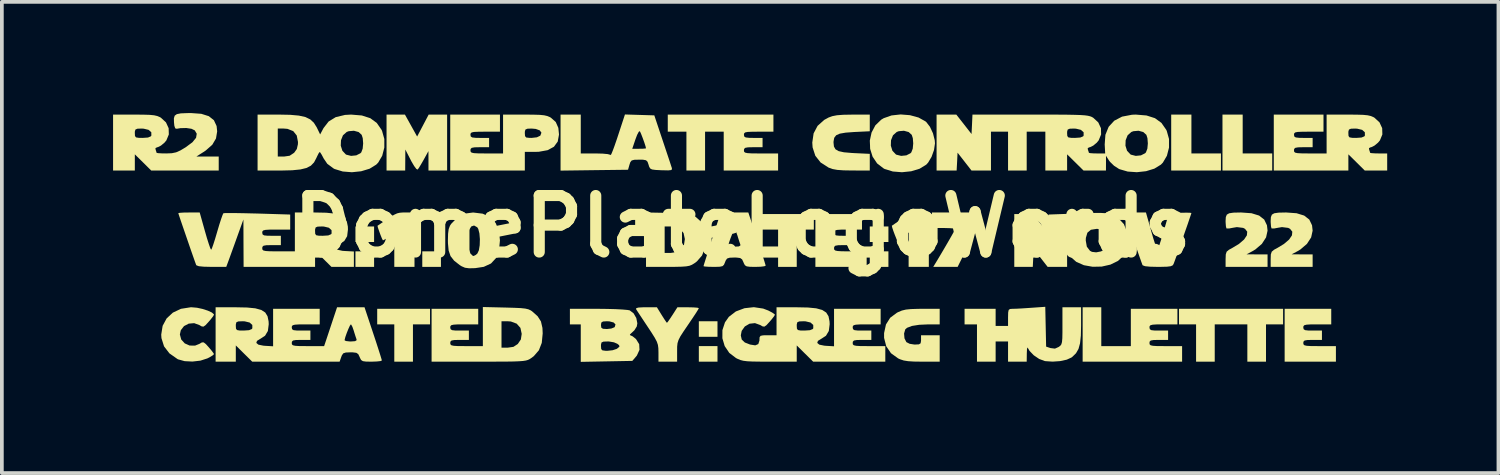
<source format=kicad_pcb>
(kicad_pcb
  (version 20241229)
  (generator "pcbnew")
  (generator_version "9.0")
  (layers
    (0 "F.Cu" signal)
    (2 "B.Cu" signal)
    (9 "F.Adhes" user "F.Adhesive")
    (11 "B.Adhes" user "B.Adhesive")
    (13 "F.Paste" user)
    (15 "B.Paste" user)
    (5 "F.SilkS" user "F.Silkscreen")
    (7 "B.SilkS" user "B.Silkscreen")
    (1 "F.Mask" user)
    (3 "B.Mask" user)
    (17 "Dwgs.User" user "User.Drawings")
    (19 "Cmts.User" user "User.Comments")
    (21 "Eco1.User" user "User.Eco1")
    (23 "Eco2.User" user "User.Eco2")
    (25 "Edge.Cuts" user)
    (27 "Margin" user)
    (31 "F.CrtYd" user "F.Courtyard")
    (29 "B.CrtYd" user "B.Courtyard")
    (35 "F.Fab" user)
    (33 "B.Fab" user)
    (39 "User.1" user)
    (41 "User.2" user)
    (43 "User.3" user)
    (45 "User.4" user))
  (footprint "DomePlateLogoWords"
    (layer "F.Cu")
    (at 16.975 3.059)
    (property "Reference" "DomePlateLogoWords" (at 0 0 0) (layer "F.SilkS") (effects (font (size 1.524 1.524) (thickness 0.3))))
    (attr board_only exclude_from_pos_files exclude_from_bom)
    (fp_poly (pts (xy -9.934 0.419) (xy -10.437 0.419) (xy -10.437 0) (xy -9.934 0)) (stroke (width 0) (type solid)) (fill yes) (layer "F.SilkS"))
    (fp_poly (pts (xy -9.934 1.09) (xy -10.437 1.09) (xy -10.437 0.671) (xy -9.934 0.671)) (stroke (width 0) (type solid)) (fill yes) (layer "F.SilkS"))
    (fp_poly (pts (xy -8.131 1.09) (xy -8.634 1.09) (xy -8.634 0.671) (xy -8.131 0.671)) (stroke (width 0) (type solid)) (fill yes) (layer "F.SilkS"))
    (fp_poly (pts (xy -0.671 2.976) (xy -1.174 2.976) (xy -1.174 2.557) (xy -0.671 2.557)) (stroke (width 0) (type solid)) (fill yes) (layer "F.SilkS"))
    (fp_poly (pts (xy -0.671 3.647) (xy -1.174 3.647) (xy -1.174 3.227) (xy -0.671 3.227)) (stroke (width 0) (type solid)) (fill yes) (layer "F.SilkS"))
    (fp_poly (pts (xy 3.94 0.419) (xy 3.437 0.419) (xy 3.437 0) (xy 3.94 0)) (stroke (width 0) (type solid)) (fill yes) (layer "F.SilkS"))
    (fp_poly (pts (xy 3.94 1.09) (xy 3.437 1.09) (xy 3.437 0.671) (xy 3.94 0.671)) (stroke (width 0) (type solid)) (fill yes) (layer "F.SilkS"))
    (fp_poly (pts (xy 12.113 -1.97) (xy 12.91 -1.97) (xy 12.91 -1.509) (xy 11.568 -1.509) (xy 11.568 -3.018) (xy 12.113 -3.018)) (stroke (width 0) (type solid)) (fill yes) (layer "F.SilkS"))
    (fp_poly (pts (xy 13.496 -1.97) (xy 14.293 -1.97) (xy 14.293 -1.509) (xy 12.951 -1.509) (xy 12.951 -3.018) (xy 13.496 -3.018)) (stroke (width 0) (type solid)) (fill yes) (layer "F.SilkS"))
    (fp_poly (pts (xy -8.425 2.641) (xy -8.886 2.641) (xy -8.886 3.647) (xy -9.389 3.647) (xy -9.389 2.641) (xy -9.85 2.641) (xy -9.85 2.221) (xy -8.425 2.221)) (stroke (width 0) (type solid)) (fill yes) (layer "F.SilkS"))
    (fp_poly (pts (xy 1.928 0.084) (xy 1.467 0.084) (xy 1.467 1.09) (xy 0.964 1.09) (xy 0.964 0.084) (xy 0.503 0.084) (xy 0.503 -0.335) (xy 1.928 -0.335)) (stroke (width 0) (type solid)) (fill yes) (layer "F.SilkS"))
    (fp_poly (pts (xy 14.586 2.641) (xy 14.125 2.641) (xy 14.125 3.647) (xy 13.622 3.647) (xy 13.622 2.641) (xy 12.742 2.641) (xy 12.742 3.647) (xy 12.239 3.647) (xy 12.239 2.641) (xy 11.778 2.641) (xy 11.778 2.221) (xy 14.586 2.221)) (stroke (width 0) (type solid)) (fill yes) (layer "F.SilkS"))
    (fp_poly (pts (xy -8.844 1.09) (xy -9.389 1.09) (xy -9.389 0.163) (xy -9.537 0.276) (xy -9.628 0.341) (xy -9.687 0.372) (xy -9.697 0.373) (xy -9.723 0.322) (xy -9.761 0.228) (xy -9.8 0.121) (xy -9.831 0.03) (xy -9.842 -0.018) (xy -9.841 -0.019) (xy -9.643 -0.156) (xy -9.498 -0.253) (xy -9.392 -0.317) (xy -9.311 -0.354) (xy -9.238 -0.371) (xy -9.16 -0.377) (xy -9.083 -0.377) (xy -8.844 -0.377)) (stroke (width 0) (type solid)) (fill yes) (layer "F.SilkS"))
    (fp_poly (pts (xy -8.773 -2.426) (xy -8.462 -3.018) (xy -7.964 -3.018) (xy -7.964 -1.509) (xy -8.467 -1.509) (xy -8.467 -1.771) (xy -8.468 -2.033) (xy -8.595 -1.802) (xy -8.668 -1.675) (xy -8.728 -1.577) (xy -8.759 -1.535) (xy -8.794 -1.551) (xy -8.854 -1.631) (xy -8.929 -1.759) (xy -8.943 -1.787) (xy -9.091 -2.075) (xy -9.093 -1.792) (xy -9.095 -1.509) (xy -9.598 -1.509) (xy -9.598 -3.018) (xy -9.102 -3.018)) (stroke (width 0) (type solid)) (fill yes) (layer "F.SilkS"))
    (fp_poly (pts (xy 5.03 1.09) (xy 4.485 1.09) (xy 4.485 0.163) (xy 4.337 0.276) (xy 4.246 0.341) (xy 4.186 0.372) (xy 4.176 0.373) (xy 4.151 0.322) (xy 4.113 0.228) (xy 4.073 0.121) (xy 4.043 0.03) (xy 4.032 -0.018) (xy 4.032 -0.019) (xy 4.231 -0.156) (xy 4.376 -0.253) (xy 4.481 -0.317) (xy 4.563 -0.354) (xy 4.635 -0.371) (xy 4.714 -0.377) (xy 4.791 -0.377) (xy 5.03 -0.377)) (stroke (width 0) (type solid)) (fill yes) (layer "F.SilkS"))
    (fp_poly (pts (xy 6.329 -0.168) (xy 6.323 -0.067) (xy 6.299 0.041) (xy 6.252 0.171) (xy 6.177 0.341) (xy 6.068 0.565) (xy 5.807 1.09) (xy 5.149 1.09) (xy 5.232 0.954) (xy 5.338 0.777) (xy 5.447 0.592) (xy 5.55 0.415) (xy 5.639 0.26) (xy 5.705 0.142) (xy 5.739 0.075) (xy 5.742 0.066) (xy 5.704 0.054) (xy 5.602 0.046) (xy 5.457 0.042) (xy 5.428 0.042) (xy 5.114 0.042) (xy 5.114 -0.377) (xy 6.329 -0.377)) (stroke (width 0) (type solid)) (fill yes) (layer "F.SilkS"))
    (fp_poly (pts (xy 3.227 0.084) (xy 2.85 0.084) (xy 2.671 0.085) (xy 2.56 0.092) (xy 2.5 0.107) (xy 2.477 0.135) (xy 2.473 0.168) (xy 2.482 0.214) (xy 2.522 0.24) (xy 2.613 0.25) (xy 2.724 0.251) (xy 2.976 0.251) (xy 2.976 0.503) (xy 2.724 0.503) (xy 2.584 0.506) (xy 2.508 0.519) (xy 2.478 0.55) (xy 2.473 0.587) (xy 2.478 0.624) (xy 2.505 0.648) (xy 2.567 0.662) (xy 2.68 0.669) (xy 2.858 0.671) (xy 2.913 0.671) (xy 3.353 0.671) (xy 3.353 1.09) (xy 1.97 1.09) (xy 1.97 -0.335) (xy 3.227 -0.335)) (stroke (width 0) (type solid)) (fill yes) (layer "F.SilkS"))
    (fp_poly (pts (xy 15.885 2.641) (xy 15.508 2.641) (xy 15.329 2.642) (xy 15.218 2.649) (xy 15.158 2.664) (xy 15.135 2.691) (xy 15.131 2.724) (xy 15.14 2.771) (xy 15.181 2.797) (xy 15.271 2.807) (xy 15.383 2.808) (xy 15.634 2.808) (xy 15.634 3.06) (xy 15.383 3.06) (xy 15.242 3.063) (xy 15.166 3.076) (xy 15.136 3.106) (xy 15.131 3.144) (xy 15.137 3.181) (xy 15.163 3.205) (xy 15.225 3.219) (xy 15.338 3.226) (xy 15.516 3.227) (xy 15.571 3.227) (xy 16.011 3.227) (xy 16.011 3.647) (xy 14.628 3.647) (xy 14.628 2.221) (xy 15.885 2.221)) (stroke (width 0) (type solid)) (fill yes) (layer "F.SilkS"))
    (fp_poly (pts (xy 9.682 3.227) (xy 10.479 3.227) (xy 10.479 2.221) (xy 11.736 2.221) (xy 11.736 2.641) (xy 11.359 2.641) (xy 11.18 2.642) (xy 11.068 2.649) (xy 11.009 2.664) (xy 10.985 2.691) (xy 10.982 2.724) (xy 10.991 2.771) (xy 11.031 2.797) (xy 11.122 2.807) (xy 11.233 2.808) (xy 11.484 2.808) (xy 11.484 3.06) (xy 11.233 3.06) (xy 11.093 3.063) (xy 11.017 3.076) (xy 10.986 3.106) (xy 10.982 3.144) (xy 10.987 3.181) (xy 11.013 3.205) (xy 11.076 3.219) (xy 11.188 3.226) (xy 11.366 3.227) (xy 11.422 3.227) (xy 11.862 3.227) (xy 11.862 3.647) (xy 9.179 3.647) (xy 9.179 2.18) (xy 9.682 2.18)) (stroke (width 0) (type solid)) (fill yes) (layer "F.SilkS"))
    (fp_poly (pts (xy 0.838 -2.557) (xy 0.44 -2.557) (xy 0.255 -2.555) (xy 0.138 -2.55) (xy 0.074 -2.536) (xy 0.047 -2.51) (xy 0.042 -2.473) (xy 0.051 -2.426) (xy 0.091 -2.401) (xy 0.182 -2.391) (xy 0.293 -2.389) (xy 0.545 -2.389) (xy 0.545 -2.138) (xy 0.293 -2.138) (xy 0.153 -2.135) (xy 0.077 -2.121) (xy 0.047 -2.091) (xy 0.042 -2.054) (xy 0.047 -2.017) (xy 0.073 -1.993) (xy 0.133 -1.979) (xy 0.243 -1.972) (xy 0.416 -1.97) (xy 0.503 -1.97) (xy 0.964 -1.97) (xy 0.964 -1.509) (xy -0.503 -1.509) (xy -0.503 -2.557) (xy -1.006 -2.557) (xy -1.006 -1.509) (xy -1.509 -1.509) (xy -1.509 -2.557) (xy -2.012 -2.557) (xy -2.012 -3.018) (xy 0.838 -3.018)) (stroke (width 0) (type solid)) (fill yes) (layer "F.SilkS"))
    (fp_poly (pts (xy 3.437 -2.568) (xy 3.015 -2.548) (xy 2.786 -2.531) (xy 2.629 -2.504) (xy 2.53 -2.46) (xy 2.478 -2.392) (xy 2.46 -2.295) (xy 2.459 -2.263) (xy 2.47 -2.157) (xy 2.512 -2.082) (xy 2.598 -2.032) (xy 2.739 -2.001) (xy 2.947 -1.983) (xy 3.015 -1.979) (xy 3.437 -1.959) (xy 3.437 -1.509) (xy 2.965 -1.51) (xy 2.731 -1.514) (xy 2.561 -1.526) (xy 2.434 -1.549) (xy 2.331 -1.586) (xy 2.326 -1.588) (xy 2.111 -1.726) (xy 1.968 -1.907) (xy 1.895 -2.132) (xy 1.886 -2.263) (xy 1.922 -2.511) (xy 2.029 -2.714) (xy 2.207 -2.874) (xy 2.326 -2.939) (xy 2.428 -2.976) (xy 2.553 -3) (xy 2.721 -3.013) (xy 2.951 -3.017) (xy 2.965 -3.017) (xy 3.437 -3.018)) (stroke (width 0) (type solid)) (fill yes) (layer "F.SilkS"))
    (fp_poly (pts (xy 13.734 -0.357) (xy 13.939 -0.294) (xy 14.077 -0.186) (xy 14.151 -0.032) (xy 14.167 0.113) (xy 14.127 0.295) (xy 14.014 0.469) (xy 13.839 0.619) (xy 13.752 0.671) (xy 13.601 0.751) (xy 13.884 0.753) (xy 14.167 0.754) (xy 14.167 1.09) (xy 13.035 1.09) (xy 13.035 0.881) (xy 13.04 0.754) (xy 13.064 0.68) (xy 13.126 0.628) (xy 13.197 0.59) (xy 13.394 0.472) (xy 13.533 0.353) (xy 13.609 0.24) (xy 13.619 0.141) (xy 13.559 0.064) (xy 13.508 0.038) (xy 13.339 0.017) (xy 13.237 0.034) (xy 13.132 0.054) (xy 13.065 0.054) (xy 13.058 0.051) (xy 13.044 -0.002) (xy 13.036 -0.106) (xy 13.035 -0.149) (xy 13.041 -0.252) (xy 13.068 -0.319) (xy 13.132 -0.356) (xy 13.247 -0.373) (xy 13.429 -0.377) (xy 13.459 -0.377)) (stroke (width 0) (type solid)) (fill yes) (layer "F.SilkS"))
    (fp_poly (pts (xy 14.95 -0.357) (xy 15.155 -0.294) (xy 15.293 -0.186) (xy 15.367 -0.032) (xy 15.383 0.113) (xy 15.343 0.295) (xy 15.23 0.469) (xy 15.055 0.619) (xy 14.968 0.671) (xy 14.817 0.751) (xy 15.1 0.753) (xy 15.383 0.754) (xy 15.383 1.09) (xy 14.251 1.09) (xy 14.251 0.881) (xy 14.255 0.754) (xy 14.28 0.68) (xy 14.342 0.628) (xy 14.413 0.59) (xy 14.609 0.472) (xy 14.748 0.353) (xy 14.825 0.24) (xy 14.835 0.141) (xy 14.774 0.064) (xy 14.723 0.038) (xy 14.555 0.017) (xy 14.453 0.034) (xy 14.347 0.054) (xy 14.28 0.054) (xy 14.274 0.051) (xy 14.26 -0.002) (xy 14.252 -0.106) (xy 14.251 -0.149) (xy 14.257 -0.252) (xy 14.284 -0.319) (xy 14.347 -0.356) (xy 14.462 -0.373) (xy 14.644 -0.377) (xy 14.675 -0.377)) (stroke (width 0) (type solid)) (fill yes) (layer "F.SilkS"))
    (fp_poly (pts (xy 5.323 2.641) (xy 5.019 2.641) (xy 4.771 2.652) (xy 4.575 2.683) (xy 4.443 2.733) (xy 4.394 2.776) (xy 4.362 2.888) (xy 4.373 3.018) (xy 4.424 3.119) (xy 4.425 3.12) (xy 4.513 3.165) (xy 4.64 3.185) (xy 4.655 3.185) (xy 4.762 3.18) (xy 4.808 3.152) (xy 4.82 3.083) (xy 4.82 3.06) (xy 4.82 2.934) (xy 5.323 2.934) (xy 5.323 3.647) (xy 4.852 3.647) (xy 4.63 3.644) (xy 4.471 3.634) (xy 4.353 3.615) (xy 4.255 3.583) (xy 4.201 3.558) (xy 4.009 3.419) (xy 3.881 3.231) (xy 3.823 3.006) (xy 3.823 2.876) (xy 3.874 2.643) (xy 3.988 2.462) (xy 4.171 2.326) (xy 4.205 2.309) (xy 4.303 2.268) (xy 4.41 2.242) (xy 4.549 2.228) (xy 4.739 2.222) (xy 4.854 2.221) (xy 5.323 2.221)) (stroke (width 0) (type solid)) (fill yes) (layer "F.SilkS"))
    (fp_poly (pts (xy -2.141 -0.369) (xy -1.868 -0.364) (xy -1.667 -0.357) (xy -1.523 -0.348) (xy -1.422 -0.334) (xy -1.353 -0.315) (xy -1.3 -0.289) (xy -1.273 -0.27) (xy -1.122 -0.136) (xy -1.032 0.005) (xy -0.992 0.179) (xy -0.985 0.328) (xy -1.01 0.583) (xy -1.088 0.783) (xy -1.226 0.942) (xy -1.297 0.995) (xy -1.36 1.033) (xy -1.427 1.06) (xy -1.515 1.076) (xy -1.64 1.085) (xy -1.819 1.089) (xy -2.018 1.09) (xy -2.599 1.09) (xy -2.599 0.713) (xy -2.096 0.713) (xy -1.926 0.713) (xy -1.774 0.69) (xy -1.658 0.614) (xy -1.654 0.61) (xy -1.574 0.491) (xy -1.551 0.34) (xy -1.586 0.178) (xy -1.686 0.065) (xy -1.844 0.007) (xy -1.934 0) (xy -2.096 0) (xy -2.096 0.713) (xy -2.599 0.713) (xy -2.599 0.042) (xy -2.892 0.042) (xy -2.892 -0.383)) (stroke (width 0) (type solid)) (fill yes) (layer "F.SilkS"))
    (fp_poly (pts (xy -2.176 2.389) (xy -2.105 2.501) (xy -2.053 2.577) (xy -2.034 2.599) (xy -2.006 2.566) (xy -1.948 2.483) (xy -1.886 2.389) (xy -1.752 2.18) (xy -1.463 2.18) (xy -1.319 2.183) (xy -1.216 2.191) (xy -1.174 2.203) (xy -1.174 2.204) (xy -1.196 2.246) (xy -1.257 2.343) (xy -1.348 2.48) (xy -1.459 2.644) (xy -1.467 2.656) (xy -1.589 2.835) (xy -1.672 2.964) (xy -1.722 3.062) (xy -1.749 3.148) (xy -1.759 3.24) (xy -1.76 3.358) (xy -1.76 3.365) (xy -1.76 3.647) (xy -2.263 3.647) (xy -2.263 3.394) (xy -2.266 3.284) (xy -2.278 3.194) (xy -2.308 3.105) (xy -2.364 3) (xy -2.453 2.858) (xy -2.549 2.713) (xy -2.662 2.543) (xy -2.759 2.396) (xy -2.831 2.287) (xy -2.866 2.232) (xy -2.866 2.232) (xy -2.863 2.204) (xy -2.803 2.187) (xy -2.676 2.18) (xy -2.601 2.18) (xy -2.305 2.18)) (stroke (width 0) (type solid)) (fill yes) (layer "F.SilkS"))
    (fp_poly (pts (xy -7.004 -0.345) (xy -6.8 -0.249) (xy -6.654 -0.093) (xy -6.566 0.122) (xy -6.539 0.375) (xy -6.565 0.645) (xy -6.644 0.852) (xy -6.781 0.999) (xy -6.976 1.089) (xy -7.208 1.124) (xy -7.371 1.128) (xy -7.482 1.113) (xy -7.574 1.073) (xy -7.625 1.041) (xy -7.776 0.922) (xy -7.872 0.799) (xy -7.923 0.649) (xy -7.942 0.449) (xy -7.942 0.421) (xy -7.408 0.421) (xy -7.408 0.426) (xy -7.382 0.605) (xy -7.334 0.732) (xy -7.27 0.793) (xy -7.249 0.796) (xy -7.195 0.77) (xy -7.149 0.731) (xy -7.108 0.644) (xy -7.085 0.505) (xy -7.08 0.343) (xy -7.093 0.187) (xy -7.124 0.066) (xy -7.151 0.022) (xy -7.237 -0.026) (xy -7.311 -0.001) (xy -7.369 0.089) (xy -7.403 0.232) (xy -7.408 0.421) (xy -7.942 0.421) (xy -7.943 0.377) (xy -7.938 0.194) (xy -7.922 0.071) (xy -7.888 -0.019) (xy -7.855 -0.07) (xy -7.683 -0.247) (xy -7.481 -0.348) (xy -7.262 -0.377)) (stroke (width 0) (type solid)) (fill yes) (layer "F.SilkS"))
    (fp_poly (pts (xy -14.712 2.192) (xy -14.56 2.225) (xy -14.418 2.271) (xy -14.309 2.322) (xy -14.255 2.37) (xy -14.253 2.382) (xy -14.279 2.427) (xy -14.345 2.511) (xy -14.396 2.57) (xy -14.481 2.663) (xy -14.537 2.702) (xy -14.587 2.695) (xy -14.646 2.66) (xy -14.788 2.608) (xy -14.934 2.621) (xy -15.061 2.687) (xy -15.147 2.797) (xy -15.173 2.913) (xy -15.136 3.05) (xy -15.041 3.154) (xy -14.91 3.212) (xy -14.763 3.214) (xy -14.646 3.167) (xy -14.58 3.128) (xy -14.53 3.127) (xy -14.472 3.172) (xy -14.396 3.256) (xy -14.315 3.352) (xy -14.263 3.423) (xy -14.253 3.444) (xy -14.286 3.476) (xy -14.372 3.529) (xy -14.432 3.559) (xy -14.618 3.619) (xy -14.833 3.644) (xy -15.045 3.633) (xy -15.219 3.585) (xy -15.236 3.577) (xy -15.455 3.423) (xy -15.6 3.234) (xy -15.67 3.012) (xy -15.676 2.917) (xy -15.638 2.68) (xy -15.53 2.48) (xy -15.362 2.324) (xy -15.144 2.221) (xy -14.883 2.18) (xy -14.853 2.18)) (stroke (width 0) (type solid)) (fill yes) (layer "F.SilkS"))
    (fp_poly (pts (xy 4.52 -3.002) (xy 4.752 -2.939) (xy 4.939 -2.835) (xy 4.961 -2.817) (xy 5.06 -2.689) (xy 5.142 -2.513) (xy 5.189 -2.327) (xy 5.196 -2.242) (xy 5.17 -2.064) (xy 5.104 -1.879) (xy 5.011 -1.723) (xy 4.961 -1.668) (xy 4.782 -1.558) (xy 4.555 -1.489) (xy 4.305 -1.463) (xy 4.058 -1.483) (xy 3.84 -1.55) (xy 3.813 -1.564) (xy 3.635 -1.701) (xy 3.513 -1.883) (xy 3.447 -2.094) (xy 3.444 -2.179) (xy 4.005 -2.179) (xy 4.048 -2.042) (xy 4.141 -1.944) (xy 4.152 -1.937) (xy 4.283 -1.904) (xy 4.423 -1.918) (xy 4.535 -1.975) (xy 4.558 -2) (xy 4.596 -2.099) (xy 4.609 -2.24) (xy 4.598 -2.382) (xy 4.569 -2.472) (xy 4.486 -2.547) (xy 4.359 -2.582) (xy 4.22 -2.57) (xy 4.164 -2.549) (xy 4.063 -2.459) (xy 4.01 -2.326) (xy 4.005 -2.179) (xy 3.444 -2.179) (xy 3.438 -2.316) (xy 3.485 -2.533) (xy 3.587 -2.727) (xy 3.746 -2.881) (xy 3.813 -2.921) (xy 4.024 -2.995) (xy 4.269 -3.022)) (stroke (width 0) (type solid)) (fill yes) (layer "F.SilkS"))
    (fp_poly (pts (xy 11.029 0.126) (xy 11.084 0.317) (xy 11.134 0.474) (xy 11.172 0.583) (xy 11.194 0.628) (xy 11.195 0.629) (xy 11.215 0.591) (xy 11.253 0.488) (xy 11.303 0.335) (xy 11.359 0.148) (xy 11.363 0.136) (xy 11.506 -0.356) (xy 11.809 -0.369) (xy 11.957 -0.372) (xy 12.065 -0.371) (xy 12.112 -0.364) (xy 12.113 -0.363) (xy 12.1 -0.321) (xy 12.064 -0.215) (xy 12.012 -0.061) (xy 11.947 0.124) (xy 11.877 0.326) (xy 11.806 0.528) (xy 11.74 0.715) (xy 11.684 0.871) (xy 11.644 0.98) (xy 11.63 1.016) (xy 11.605 1.051) (xy 11.552 1.073) (xy 11.455 1.085) (xy 11.298 1.089) (xy 11.206 1.09) (xy 10.997 1.085) (xy 10.864 1.072) (xy 10.799 1.048) (xy 10.792 1.037) (xy 10.758 0.944) (xy 10.707 0.799) (xy 10.644 0.619) (xy 10.574 0.418) (xy 10.504 0.212) (xy 10.437 0.017) (xy 10.379 -0.152) (xy 10.336 -0.28) (xy 10.313 -0.35) (xy 10.311 -0.359) (xy 10.349 -0.368) (xy 10.45 -0.375) (xy 10.592 -0.377) (xy 10.599 -0.377) (xy 10.887 -0.377)) (stroke (width 0) (type solid)) (fill yes) (layer "F.SilkS"))
    (fp_poly (pts (xy 8.194 3.241) (xy 8.311 3.28) (xy 8.432 3.295) (xy 8.531 3.251) (xy 8.575 3.219) (xy 8.604 3.18) (xy 8.622 3.117) (xy 8.631 3.015) (xy 8.634 2.859) (xy 8.634 2.682) (xy 8.634 2.18) (xy 9.137 2.18) (xy 9.137 2.672) (xy 9.131 2.945) (xy 9.109 3.151) (xy 9.067 3.304) (xy 9 3.42) (xy 8.903 3.515) (xy 8.877 3.535) (xy 8.75 3.593) (xy 8.57 3.632) (xy 8.369 3.646) (xy 8.177 3.633) (xy 8.155 3.629) (xy 8.007 3.574) (xy 7.861 3.475) (xy 7.748 3.358) (xy 7.711 3.294) (xy 7.69 3.263) (xy 7.678 3.305) (xy 7.673 3.423) (xy 7.673 3.426) (xy 7.67 3.647) (xy 7.167 3.647) (xy 7.167 3.102) (xy 6.832 3.102) (xy 6.832 3.647) (xy 6.329 3.647) (xy 6.329 2.641) (xy 5.994 2.641) (xy 5.994 2.221) (xy 6.832 2.221) (xy 6.832 2.683) (xy 7.167 2.683) (xy 7.167 2.452) (xy 7.17 2.32) (xy 7.184 2.252) (xy 7.22 2.226) (xy 7.287 2.221) (xy 7.382 2.219) (xy 7.534 2.211) (xy 7.715 2.199) (xy 7.788 2.194) (xy 8.171 2.167)) (stroke (width 0) (type solid)) (fill yes) (layer "F.SilkS"))
    (fp_poly (pts (xy 0.395 0.325) (xy 0.47 0.554) (xy 0.536 0.755) (xy 0.587 0.915) (xy 0.619 1.021) (xy 0.629 1.058) (xy 0.59 1.074) (xy 0.49 1.086) (xy 0.353 1.09) (xy 0.204 1.088) (xy 0.117 1.076) (xy 0.069 1.046) (xy 0.038 0.988) (xy 0.029 0.964) (xy -0.007 0.888) (xy -0.06 0.851) (xy -0.155 0.839) (xy -0.221 0.838) (xy -0.345 0.843) (xy -0.413 0.866) (xy -0.451 0.922) (xy -0.467 0.964) (xy -0.496 1.032) (xy -0.535 1.07) (xy -0.608 1.086) (xy -0.737 1.09) (xy -0.78 1.09) (xy -0.917 1.087) (xy -1.014 1.08) (xy -1.048 1.071) (xy -1.036 1.027) (xy -1.001 0.916) (xy -0.949 0.752) (xy -0.883 0.547) (xy -0.873 0.513) (xy -0.377 0.513) (xy -0.34 0.533) (xy -0.247 0.544) (xy -0.205 0.545) (xy -0.094 0.538) (xy -0.053 0.512) (xy -0.055 0.486) (xy -0.081 0.411) (xy -0.118 0.294) (xy -0.129 0.256) (xy -0.167 0.151) (xy -0.199 0.09) (xy -0.208 0.084) (xy -0.234 0.119) (xy -0.275 0.206) (xy -0.319 0.318) (xy -0.357 0.426) (xy -0.377 0.503) (xy -0.377 0.513) (xy -0.873 0.513) (xy -0.816 0.337) (xy -0.583 -0.377) (xy 0.161 -0.377)) (stroke (width 0) (type solid)) (fill yes) (layer "F.SilkS"))
    (fp_poly (pts (xy 9.672 -0.365) (xy 9.781 -0.359) (xy 9.861 -0.345) (xy 9.929 -0.323) (xy 9.996 -0.292) (xy 10.013 -0.284) (xy 10.183 -0.18) (xy 10.292 -0.063) (xy 10.352 0.089) (xy 10.373 0.297) (xy 10.374 0.356) (xy 10.368 0.537) (xy 10.348 0.661) (xy 10.308 0.752) (xy 10.287 0.783) (xy 10.133 0.929) (xy 9.928 1.029) (xy 9.694 1.082) (xy 9.449 1.087) (xy 9.213 1.045) (xy 9.007 0.954) (xy 8.851 0.817) (xy 8.76 0.701) (xy 8.76 1.09) (xy 8.235 1.09) (xy 7.859 0.608) (xy 7.834 1.09) (xy 7.335 1.09) (xy 7.335 0.377) (xy 9.263 0.377) (xy 9.292 0.545) (xy 9.377 0.656) (xy 9.431 0.685) (xy 9.545 0.698) (xy 9.674 0.673) (xy 9.777 0.62) (xy 9.797 0.599) (xy 9.839 0.489) (xy 9.847 0.345) (xy 9.822 0.207) (xy 9.791 0.145) (xy 9.71 0.085) (xy 9.574 0.065) (xy 9.556 0.065) (xy 9.402 0.089) (xy 9.307 0.168) (xy 9.266 0.308) (xy 9.263 0.377) (xy 7.335 0.377) (xy 7.335 -0.335) (xy 7.836 -0.335) (xy 8.036 -0.085) (xy 8.236 0.166) (xy 8.248 -0.078) (xy 8.261 -0.322) (xy 9.042 -0.35) (xy 9.317 -0.36) (xy 9.523 -0.365)) (stroke (width 0) (type solid)) (fill yes) (layer "F.SilkS"))
    (fp_poly (pts (xy -2.771 -3.009) (xy -2.375 -2.997) (xy -2.151 -2.326) (xy -2.075 -2.098) (xy -2.007 -1.895) (xy -1.952 -1.73) (xy -1.916 -1.618) (xy -1.903 -1.58) (xy -1.898 -1.542) (xy -1.925 -1.521) (xy -2 -1.513) (xy -2.138 -1.516) (xy -2.185 -1.517) (xy -2.343 -1.525) (xy -2.437 -1.538) (xy -2.487 -1.565) (xy -2.515 -1.615) (xy -2.53 -1.666) (xy -2.558 -1.746) (xy -2.599 -1.786) (xy -2.679 -1.801) (xy -2.787 -1.802) (xy -2.916 -1.799) (xy -2.986 -1.78) (xy -3.023 -1.733) (xy -3.045 -1.666) (xy -3.084 -1.53) (xy -3.994 -1.519) (xy -4.904 -1.507) (xy -4.904 -3.018) (xy -4.359 -3.018) (xy -4.359 -1.97) (xy -3.964 -1.97) (xy -3.768 -1.965) (xy -3.63 -1.952) (xy -3.56 -1.932) (xy -3.555 -1.925) (xy -3.537 -1.947) (xy -3.5 -2.035) (xy -3.477 -2.096) (xy -2.97 -2.096) (xy -2.785 -2.096) (xy -2.673 -2.098) (xy -2.607 -2.105) (xy -2.599 -2.109) (xy -2.613 -2.167) (xy -2.647 -2.272) (xy -2.691 -2.393) (xy -2.733 -2.501) (xy -2.763 -2.566) (xy -2.767 -2.571) (xy -2.795 -2.553) (xy -2.838 -2.472) (xy -2.884 -2.351) (xy -2.97 -2.096) (xy -3.477 -2.096) (xy -3.447 -2.178) (xy -3.383 -2.363) (xy -3.354 -2.451) (xy -3.167 -3.021)) (stroke (width 0) (type solid)) (fill yes) (layer "F.SilkS"))
    (fp_poly (pts (xy -6.539 -2.557) (xy -6.937 -2.557) (xy -7.122 -2.555) (xy -7.239 -2.55) (xy -7.303 -2.536) (xy -7.33 -2.51) (xy -7.335 -2.473) (xy -7.326 -2.426) (xy -7.285 -2.401) (xy -7.195 -2.391) (xy -7.083 -2.389) (xy -6.832 -2.389) (xy -6.832 -2.138) (xy -7.083 -2.138) (xy -7.224 -2.135) (xy -7.3 -2.121) (xy -7.33 -2.091) (xy -7.335 -2.054) (xy -7.329 -2.016) (xy -7.303 -1.992) (xy -7.241 -1.978) (xy -7.128 -1.972) (xy -6.95 -1.97) (xy -6.895 -1.97) (xy -6.455 -1.97) (xy -6.455 -2.515) (xy -5.868 -2.515) (xy -5.862 -2.437) (xy -5.83 -2.4) (xy -5.747 -2.39) (xy -5.685 -2.389) (xy -5.543 -2.405) (xy -5.454 -2.447) (xy -5.449 -2.452) (xy -5.42 -2.53) (xy -5.465 -2.592) (xy -5.573 -2.631) (xy -5.685 -2.641) (xy -5.798 -2.637) (xy -5.852 -2.614) (xy -5.867 -2.558) (xy -5.868 -2.515) (xy -6.455 -2.515) (xy -6.455 -3.018) (xy -5.878 -3.018) (xy -5.64 -3.016) (xy -5.468 -3.011) (xy -5.347 -2.999) (xy -5.261 -2.979) (xy -5.192 -2.95) (xy -5.165 -2.934) (xy -5.034 -2.818) (xy -4.964 -2.66) (xy -4.946 -2.48) (xy -4.98 -2.291) (xy -5.083 -2.15) (xy -5.253 -2.058) (xy -5.49 -2.015) (xy -5.593 -2.012) (xy -5.868 -2.012) (xy -5.868 -1.509) (xy -7.88 -1.509) (xy -7.88 -3.018) (xy -6.539 -3.018)) (stroke (width 0) (type solid)) (fill yes) (layer "F.SilkS"))
    (fp_poly (pts (xy -3.65 2.224) (xy -3.423 2.23) (xy -3.234 2.24) (xy -3.099 2.252) (xy -3.039 2.263) (xy -2.934 2.343) (xy -2.861 2.47) (xy -2.833 2.612) (xy -2.848 2.697) (xy -2.913 2.801) (xy -2.983 2.867) (xy -3.034 2.914) (xy -3.026 2.934) (xy -3.025 2.934) (xy -2.962 2.962) (xy -2.878 3.029) (xy -2.869 3.037) (xy -2.783 3.175) (xy -2.775 3.328) (xy -2.845 3.481) (xy -2.867 3.508) (xy -2.968 3.626) (xy -3.664 3.639) (xy -4.359 3.652) (xy -4.359 3.227) (xy -3.814 3.227) (xy -3.808 3.306) (xy -3.775 3.342) (xy -3.692 3.353) (xy -3.634 3.353) (xy -3.501 3.339) (xy -3.392 3.303) (xy -3.372 3.29) (xy -3.315 3.24) (xy -3.326 3.202) (xy -3.372 3.165) (xy -3.464 3.125) (xy -3.595 3.103) (xy -3.634 3.102) (xy -3.746 3.106) (xy -3.799 3.129) (xy -3.813 3.187) (xy -3.814 3.227) (xy -4.359 3.227) (xy -4.359 2.662) (xy -3.814 2.662) (xy -3.805 2.73) (xy -3.76 2.76) (xy -3.657 2.766) (xy -3.652 2.766) (xy -3.535 2.753) (xy -3.452 2.72) (xy -3.443 2.711) (xy -3.422 2.642) (xy -3.473 2.59) (xy -3.587 2.56) (xy -3.655 2.557) (xy -3.759 2.563) (xy -3.805 2.593) (xy -3.814 2.662) (xy -4.359 2.662) (xy -4.359 2.641) (xy -4.652 2.641) (xy -4.652 2.221) (xy -3.901 2.221)) (stroke (width 0) (type solid)) (fill yes) (layer "F.SilkS"))
    (fp_poly (pts (xy -6.395 2.187) (xy -6.152 2.194) (xy -5.977 2.202) (xy -5.855 2.215) (xy -5.771 2.235) (xy -5.71 2.263) (xy -5.674 2.287) (xy -5.523 2.421) (xy -5.433 2.562) (xy -5.393 2.736) (xy -5.386 2.885) (xy -5.411 3.14) (xy -5.489 3.34) (xy -5.627 3.499) (xy -5.698 3.552) (xy -5.74 3.579) (xy -5.784 3.6) (xy -5.84 3.616) (xy -5.917 3.628) (xy -6.025 3.636) (xy -6.175 3.642) (xy -6.376 3.645) (xy -6.637 3.646) (xy -6.969 3.647) (xy -7.111 3.647) (xy -8.383 3.647) (xy -8.383 3.269) (xy -6.497 3.269) (xy -6.327 3.269) (xy -6.175 3.247) (xy -6.059 3.171) (xy -6.055 3.166) (xy -5.975 3.048) (xy -5.952 2.897) (xy -5.987 2.735) (xy -6.087 2.622) (xy -6.245 2.563) (xy -6.335 2.557) (xy -6.497 2.557) (xy -6.497 3.269) (xy -8.383 3.269) (xy -8.383 2.221) (xy -7.125 2.221) (xy -7.125 2.641) (xy -7.503 2.641) (xy -7.682 2.642) (xy -7.793 2.649) (xy -7.853 2.664) (xy -7.876 2.691) (xy -7.88 2.724) (xy -7.871 2.771) (xy -7.83 2.797) (xy -7.74 2.807) (xy -7.628 2.808) (xy -7.377 2.808) (xy -7.377 3.06) (xy -7.628 3.06) (xy -7.769 3.063) (xy -7.845 3.076) (xy -7.875 3.106) (xy -7.88 3.144) (xy -7.874 3.181) (xy -7.848 3.205) (xy -7.786 3.219) (xy -7.673 3.226) (xy -7.495 3.227) (xy -7.44 3.227) (xy -7 3.227) (xy -7 2.173)) (stroke (width 0) (type solid)) (fill yes) (layer "F.SilkS"))
    (fp_poly (pts (xy 15.676 -2.557) (xy 15.278 -2.557) (xy 15.093 -2.555) (xy 14.976 -2.55) (xy 14.912 -2.536) (xy 14.885 -2.51) (xy 14.88 -2.473) (xy 14.889 -2.426) (xy 14.929 -2.401) (xy 15.02 -2.391) (xy 15.131 -2.389) (xy 15.383 -2.389) (xy 15.383 -2.138) (xy 15.131 -2.138) (xy 14.991 -2.135) (xy 14.915 -2.121) (xy 14.884 -2.091) (xy 14.88 -2.054) (xy 14.885 -2.016) (xy 14.911 -1.992) (xy 14.974 -1.978) (xy 15.086 -1.972) (xy 15.265 -1.97) (xy 15.32 -1.97) (xy 15.76 -1.97) (xy 15.76 -2.515) (xy 16.347 -2.515) (xy 16.351 -2.441) (xy 16.379 -2.403) (xy 16.452 -2.391) (xy 16.557 -2.389) (xy 16.702 -2.399) (xy 16.778 -2.431) (xy 16.793 -2.453) (xy 16.791 -2.542) (xy 16.719 -2.606) (xy 16.585 -2.638) (xy 16.53 -2.641) (xy 16.416 -2.637) (xy 16.363 -2.614) (xy 16.347 -2.558) (xy 16.347 -2.515) (xy 15.76 -2.515) (xy 15.76 -3.018) (xy 16.336 -3.018) (xy 16.575 -3.016) (xy 16.746 -3.011) (xy 16.867 -2.999) (xy 16.954 -2.979) (xy 17.022 -2.95) (xy 17.05 -2.934) (xy 17.187 -2.808) (xy 17.259 -2.651) (xy 17.264 -2.482) (xy 17.198 -2.322) (xy 17.146 -2.26) (xy 17.052 -2.182) (xy 16.97 -2.14) (xy 16.953 -2.138) (xy 16.903 -2.114) (xy 16.908 -2.071) (xy 16.93 -2.005) (xy 16.933 -1.987) (xy 16.971 -1.978) (xy 17.069 -1.972) (xy 17.164 -1.97) (xy 17.394 -1.97) (xy 17.394 -1.509) (xy 16.789 -1.509) (xy 16.568 -1.728) (xy 16.347 -1.946) (xy 16.347 -1.509) (xy 14.335 -1.509) (xy 14.335 -3.018) (xy 15.676 -3.018)) (stroke (width 0) (type solid)) (fill yes) (layer "F.SilkS"))
    (fp_poly (pts (xy -14.595 -3.039) (xy -14.392 -2.975) (xy -14.255 -2.866) (xy -14.182 -2.709) (xy -14.167 -2.564) (xy -14.199 -2.373) (xy -14.299 -2.204) (xy -14.474 -2.05) (xy -14.538 -2.007) (xy -14.728 -1.886) (xy -14.125 -1.886) (xy -14.125 -1.509) (xy -15.946 -1.509) (xy -16.167 -1.728) (xy -16.388 -1.946) (xy -16.388 -1.509) (xy -16.975 -1.509) (xy -16.975 -2.515) (xy -16.388 -2.515) (xy -16.384 -2.441) (xy -16.356 -2.403) (xy -16.283 -2.391) (xy -16.178 -2.389) (xy -16.033 -2.399) (xy -15.957 -2.431) (xy -15.942 -2.453) (xy -15.944 -2.542) (xy -16.016 -2.606) (xy -16.15 -2.638) (xy -16.205 -2.641) (xy -16.319 -2.637) (xy -16.372 -2.614) (xy -16.388 -2.558) (xy -16.388 -2.515) (xy -16.975 -2.515) (xy -16.975 -3.018) (xy -16.399 -3.018) (xy -16.16 -3.016) (xy -15.989 -3.011) (xy -15.868 -2.999) (xy -15.781 -2.979) (xy -15.713 -2.95) (xy -15.685 -2.934) (xy -15.548 -2.808) (xy -15.476 -2.651) (xy -15.471 -2.482) (xy -15.537 -2.322) (xy -15.589 -2.26) (xy -15.683 -2.182) (xy -15.765 -2.14) (xy -15.782 -2.138) (xy -15.832 -2.114) (xy -15.827 -2.071) (xy -15.805 -2.005) (xy -15.802 -1.987) (xy -15.763 -1.978) (xy -15.664 -1.972) (xy -15.54 -1.97) (xy -15.39 -1.976) (xy -15.274 -2) (xy -15.157 -2.052) (xy -15.017 -2.136) (xy -14.835 -2.271) (xy -14.736 -2.392) (xy -14.718 -2.502) (xy -14.771 -2.592) (xy -14.86 -2.635) (xy -15 -2.656) (xy -15.158 -2.652) (xy -15.257 -2.635) (xy -15.298 -2.646) (xy -15.322 -2.716) (xy -15.332 -2.813) (xy -15.334 -2.919) (xy -15.312 -2.989) (xy -15.255 -3.03) (xy -15.148 -3.051) (xy -14.977 -3.058) (xy -14.868 -3.059)) (stroke (width 0) (type solid)) (fill yes) (layer "F.SilkS"))
    (fp_poly (pts (xy -12.198 -3.012) (xy -11.964 -2.991) (xy -11.787 -2.952) (xy -11.656 -2.888) (xy -11.559 -2.798) (xy -11.482 -2.675) (xy -11.475 -2.661) (xy -11.389 -2.483) (xy -11.298 -2.654) (xy -11.161 -2.831) (xy -10.969 -2.949) (xy -10.718 -3.009) (xy -10.554 -3.018) (xy -10.264 -2.994) (xy -10.037 -2.921) (xy -9.863 -2.794) (xy -9.734 -2.609) (xy -9.719 -2.578) (xy -9.658 -2.36) (xy -9.658 -2.128) (xy -9.715 -1.907) (xy -9.824 -1.722) (xy -9.877 -1.668) (xy -10.055 -1.558) (xy -10.283 -1.489) (xy -10.533 -1.463) (xy -10.78 -1.483) (xy -10.999 -1.55) (xy -11.026 -1.564) (xy -11.197 -1.691) (xy -11.294 -1.834) (xy -11.349 -1.938) (xy -11.39 -2.001) (xy -11.401 -2.009) (xy -11.428 -1.976) (xy -11.472 -1.889) (xy -11.491 -1.847) (xy -11.554 -1.728) (xy -11.639 -1.64) (xy -11.758 -1.578) (xy -11.922 -1.538) (xy -12.143 -1.516) (xy -12.434 -1.509) (xy -12.489 -1.509) (xy -13.077 -1.509) (xy -13.077 -1.886) (xy -12.532 -1.886) (xy -12.363 -1.886) (xy -12.211 -1.908) (xy -12.095 -1.985) (xy -12.09 -1.989) (xy -12.018 -2.09) (xy -11.998 -2.179) (xy -10.833 -2.179) (xy -10.789 -2.042) (xy -10.697 -1.944) (xy -10.685 -1.937) (xy -10.555 -1.904) (xy -10.415 -1.918) (xy -10.303 -1.975) (xy -10.279 -2) (xy -10.242 -2.099) (xy -10.229 -2.24) (xy -10.24 -2.382) (xy -10.269 -2.472) (xy -10.351 -2.547) (xy -10.478 -2.582) (xy -10.618 -2.57) (xy -10.673 -2.549) (xy -10.774 -2.459) (xy -10.827 -2.326) (xy -10.833 -2.179) (xy -11.998 -2.179) (xy -11.989 -2.218) (xy -11.987 -2.279) (xy -12.02 -2.453) (xy -12.115 -2.572) (xy -12.27 -2.633) (xy -12.37 -2.641) (xy -12.532 -2.641) (xy -12.532 -1.886) (xy -13.077 -1.886) (xy -13.077 -3.018) (xy -12.504 -3.018)) (stroke (width 0) (type solid)) (fill yes) (layer "F.SilkS"))
    (fp_poly (pts (xy 0.562 2.215) (xy 0.699 2.267) (xy 0.805 2.323) (xy 0.869 2.368) (xy 0.878 2.382) (xy 0.852 2.427) (xy 0.786 2.511) (xy 0.735 2.57) (xy 0.65 2.663) (xy 0.594 2.702) (xy 0.544 2.695) (xy 0.486 2.66) (xy 0.34 2.607) (xy 0.193 2.623) (xy 0.067 2.697) (xy -0.018 2.816) (xy -0.042 2.938) (xy -0.017 3.05) (xy 0.067 3.13) (xy 0.208 3.185) (xy 0.348 3.207) (xy 0.43 3.172) (xy 0.461 3.076) (xy 0.461 3.055) (xy 0.465 2.986) (xy 0.492 2.95) (xy 0.561 2.936) (xy 0.692 2.934) (xy 0.922 2.934) (xy 0.922 2.683) (xy 1.467 2.683) (xy 1.472 2.757) (xy 1.499 2.794) (xy 1.572 2.807) (xy 1.678 2.808) (xy 1.823 2.798) (xy 1.899 2.767) (xy 1.913 2.745) (xy 1.912 2.656) (xy 1.839 2.591) (xy 1.706 2.559) (xy 1.65 2.557) (xy 1.537 2.561) (xy 1.483 2.583) (xy 1.468 2.639) (xy 1.467 2.683) (xy 0.922 2.683) (xy 0.922 2.18) (xy 1.469 2.18) (xy 1.768 2.186) (xy 1.993 2.208) (xy 2.154 2.252) (xy 2.261 2.321) (xy 2.324 2.422) (xy 2.351 2.558) (xy 2.355 2.636) (xy 2.332 2.82) (xy 2.255 2.948) (xy 2.137 3.025) (xy 2.038 3.086) (xy 2.02 3.142) (xy 2.077 3.188) (xy 2.208 3.215) (xy 2.253 3.219) (xy 2.473 3.232) (xy 2.473 2.221) (xy 3.73 2.221) (xy 3.73 2.641) (xy 3.353 2.641) (xy 3.174 2.642) (xy 3.063 2.649) (xy 3.003 2.664) (xy 2.98 2.691) (xy 2.976 2.724) (xy 2.985 2.771) (xy 3.025 2.797) (xy 3.116 2.807) (xy 3.227 2.808) (xy 3.479 2.808) (xy 3.479 3.06) (xy 3.227 3.06) (xy 3.087 3.063) (xy 3.011 3.076) (xy 2.981 3.106) (xy 2.976 3.144) (xy 2.981 3.181) (xy 3.008 3.205) (xy 3.07 3.219) (xy 3.183 3.226) (xy 3.361 3.227) (xy 3.416 3.227) (xy 3.856 3.227) (xy 3.856 3.647) (xy 1.91 3.647) (xy 1.688 3.428) (xy 1.467 3.209) (xy 1.467 3.647) (xy 0.74 3.647) (xy 0.474 3.646) (xy 0.276 3.643) (xy 0.132 3.636) (xy 0.028 3.623) (xy -0.052 3.603) (xy -0.122 3.574) (xy -0.172 3.549) (xy -0.353 3.41) (xy -0.477 3.226) (xy -0.539 3.016) (xy -0.538 2.796) (xy -0.469 2.586) (xy -0.364 2.437) (xy -0.175 2.292) (xy 0.057 2.205) (xy 0.31 2.177)) (stroke (width 0) (type solid)) (fill yes) (layer "F.SilkS"))
    (fp_poly (pts (xy -13.363 2.186) (xy -13.138 2.208) (xy -12.977 2.252) (xy -12.87 2.321) (xy -12.808 2.422) (xy -12.78 2.558) (xy -12.776 2.636) (xy -12.799 2.82) (xy -12.876 2.948) (xy -12.994 3.025) (xy -13.093 3.086) (xy -13.111 3.142) (xy -13.054 3.188) (xy -12.923 3.215) (xy -12.878 3.219) (xy -12.658 3.232) (xy -12.658 2.221) (xy -11.401 2.221) (xy -11.401 2.641) (xy -11.778 2.641) (xy -11.957 2.642) (xy -12.068 2.649) (xy -12.128 2.664) (xy -12.151 2.691) (xy -12.155 2.724) (xy -12.146 2.771) (xy -12.106 2.797) (xy -12.015 2.807) (xy -11.904 2.808) (xy -11.652 2.808) (xy -11.652 3.06) (xy -11.904 3.06) (xy -12.044 3.063) (xy -12.12 3.076) (xy -12.15 3.106) (xy -12.155 3.144) (xy -12.15 3.181) (xy -12.123 3.205) (xy -12.06 3.219) (xy -11.947 3.226) (xy -11.768 3.227) (xy -11.718 3.227) (xy -11.282 3.227) (xy -11.229 3.07) (xy -10.73 3.07) (xy -10.693 3.09) (xy -10.599 3.101) (xy -10.558 3.102) (xy -10.447 3.094) (xy -10.406 3.069) (xy -10.408 3.043) (xy -10.434 2.968) (xy -10.471 2.851) (xy -10.482 2.813) (xy -10.519 2.707) (xy -10.552 2.647) (xy -10.561 2.641) (xy -10.587 2.676) (xy -10.627 2.763) (xy -10.672 2.875) (xy -10.71 2.983) (xy -10.729 3.06) (xy -10.73 3.07) (xy -11.229 3.07) (xy -11.107 2.703) (xy -10.933 2.18) (xy -10.192 2.18) (xy -9.958 2.882) (xy -9.882 3.111) (xy -9.817 3.312) (xy -9.766 3.472) (xy -9.734 3.578) (xy -9.724 3.615) (xy -9.762 3.631) (xy -9.863 3.642) (xy -10 3.647) (xy -10.149 3.645) (xy -10.236 3.633) (xy -10.284 3.602) (xy -10.314 3.545) (xy -10.324 3.521) (xy -10.36 3.445) (xy -10.412 3.408) (xy -10.508 3.396) (xy -10.574 3.395) (xy -10.698 3.4) (xy -10.766 3.423) (xy -10.804 3.479) (xy -10.82 3.521) (xy -10.864 3.647) (xy -13.221 3.647) (xy -13.443 3.428) (xy -13.664 3.209) (xy -13.664 3.647) (xy -14.209 3.647) (xy -14.209 2.683) (xy -13.664 2.683) (xy -13.659 2.757) (xy -13.632 2.794) (xy -13.559 2.807) (xy -13.453 2.808) (xy -13.308 2.798) (xy -13.232 2.767) (xy -13.218 2.745) (xy -13.219 2.656) (xy -13.292 2.591) (xy -13.425 2.559) (xy -13.481 2.557) (xy -13.594 2.561) (xy -13.648 2.583) (xy -13.663 2.639) (xy -13.664 2.683) (xy -14.209 2.683) (xy -14.209 2.18) (xy -13.662 2.18)) (stroke (width 0) (type solid)) (fill yes) (layer "F.SilkS"))
    (fp_poly (pts (xy -14.497 0.126) (xy -14.442 0.317) (xy -14.392 0.474) (xy -14.354 0.583) (xy -14.331 0.628) (xy -14.33 0.629) (xy -14.309 0.591) (xy -14.272 0.488) (xy -14.223 0.335) (xy -14.168 0.149) (xy -14.167 0.145) (xy -14.111 -0.044) (xy -14.06 -0.202) (xy -14.021 -0.311) (xy -13.999 -0.357) (xy -13.999 -0.357) (xy -13.95 -0.361) (xy -13.83 -0.362) (xy -13.651 -0.361) (xy -13.427 -0.357) (xy -13.171 -0.351) (xy -13.083 -0.349) (xy -12.197 -0.322) (xy -12.197 0.084) (xy -12.574 0.084) (xy -12.753 0.085) (xy -12.865 0.092) (xy -12.924 0.107) (xy -12.948 0.135) (xy -12.951 0.168) (xy -12.942 0.214) (xy -12.902 0.24) (xy -12.811 0.25) (xy -12.7 0.251) (xy -12.449 0.251) (xy -12.449 0.503) (xy -12.7 0.503) (xy -12.84 0.506) (xy -12.916 0.519) (xy -12.947 0.55) (xy -12.951 0.587) (xy -12.946 0.624) (xy -12.92 0.648) (xy -12.857 0.662) (xy -12.745 0.669) (xy -12.567 0.671) (xy -12.511 0.671) (xy -12.071 0.671) (xy -12.071 0.126) (xy -11.526 0.126) (xy -11.522 0.2) (xy -11.494 0.237) (xy -11.421 0.25) (xy -11.316 0.251) (xy -11.171 0.242) (xy -11.095 0.21) (xy -11.08 0.188) (xy -11.082 0.099) (xy -11.154 0.034) (xy -11.288 0.002) (xy -11.343 0) (xy -11.457 0.004) (xy -11.51 0.026) (xy -11.526 0.083) (xy -11.526 0.126) (xy -12.071 0.126) (xy -12.071 -0.377) (xy -11.524 -0.377) (xy -11.226 -0.371) (xy -11.001 -0.348) (xy -10.839 -0.305) (xy -10.732 -0.235) (xy -10.67 -0.135) (xy -10.642 0.001) (xy -10.639 0.08) (xy -10.661 0.263) (xy -10.738 0.392) (xy -10.856 0.468) (xy -10.956 0.529) (xy -10.975 0.584) (xy -10.918 0.628) (xy -10.788 0.657) (xy -10.719 0.662) (xy -10.479 0.675) (xy -10.479 1.09) (xy -11.084 1.09) (xy -11.305 0.871) (xy -11.526 0.653) (xy -11.526 1.09) (xy -13.454 1.09) (xy -13.457 0.451) (xy -13.459 -0.189) (xy -13.625 0.272) (xy -13.698 0.476) (xy -13.768 0.669) (xy -13.825 0.827) (xy -13.856 0.912) (xy -13.922 1.09) (xy -14.318 1.09) (xy -14.528 1.085) (xy -14.662 1.072) (xy -14.726 1.048) (xy -14.734 1.037) (xy -14.768 0.944) (xy -14.819 0.799) (xy -14.882 0.619) (xy -14.951 0.418) (xy -15.022 0.212) (xy -15.089 0.017) (xy -15.147 -0.152) (xy -15.19 -0.28) (xy -15.213 -0.35) (xy -15.215 -0.359) (xy -15.177 -0.368) (xy -15.076 -0.375) (xy -14.934 -0.377) (xy -14.927 -0.377) (xy -14.638 -0.377)) (stroke (width 0) (type solid)) (fill yes) (layer "F.SilkS"))
    (fp_poly (pts (xy 5.977 -2.756) (xy 6.182 -2.494) (xy 6.195 -2.756) (xy 6.207 -3.018) (xy 7.767 -3.018) (xy 8.171 -3.017) (xy 8.499 -3.017) (xy 8.762 -3.015) (xy 8.966 -3.011) (xy 9.121 -3.006) (xy 9.236 -2.998) (xy 9.319 -2.987) (xy 9.378 -2.973) (xy 9.423 -2.956) (xy 9.462 -2.934) (xy 9.463 -2.934) (xy 9.6 -2.808) (xy 9.673 -2.651) (xy 9.677 -2.482) (xy 9.611 -2.322) (xy 9.56 -2.26) (xy 9.466 -2.182) (xy 9.383 -2.14) (xy 9.367 -2.138) (xy 9.316 -2.114) (xy 9.321 -2.071) (xy 9.344 -2.005) (xy 9.347 -1.987) (xy 9.385 -1.978) (xy 9.482 -1.971) (xy 9.567 -1.97) (xy 9.787 -1.97) (xy 9.776 -2.179) (xy 10.334 -2.179) (xy 10.377 -2.042) (xy 10.47 -1.944) (xy 10.481 -1.937) (xy 10.612 -1.904) (xy 10.752 -1.918) (xy 10.864 -1.975) (xy 10.887 -2) (xy 10.925 -2.099) (xy 10.938 -2.24) (xy 10.927 -2.382) (xy 10.898 -2.472) (xy 10.815 -2.547) (xy 10.688 -2.582) (xy 10.549 -2.57) (xy 10.493 -2.549) (xy 10.392 -2.459) (xy 10.339 -2.326) (xy 10.334 -2.179) (xy 9.776 -2.179) (xy 9.774 -2.211) (xy 9.793 -2.473) (xy 9.881 -2.689) (xy 10.032 -2.853) (xy 10.243 -2.963) (xy 10.511 -3.014) (xy 10.612 -3.018) (xy 10.902 -2.994) (xy 11.13 -2.921) (xy 11.304 -2.794) (xy 11.433 -2.609) (xy 11.448 -2.578) (xy 11.509 -2.36) (xy 11.509 -2.128) (xy 11.452 -1.907) (xy 11.343 -1.722) (xy 11.29 -1.668) (xy 11.114 -1.56) (xy 10.89 -1.491) (xy 10.641 -1.464) (xy 10.395 -1.481) (xy 10.178 -1.544) (xy 10.156 -1.554) (xy 10.026 -1.638) (xy 9.918 -1.743) (xy 9.894 -1.774) (xy 9.809 -1.907) (xy 9.809 -1.708) (xy 9.808 -1.509) (xy 9.203 -1.509) (xy 8.981 -1.728) (xy 8.76 -1.946) (xy 8.76 -1.509) (xy 8.173 -1.509) (xy 8.173 -2.515) (xy 8.76 -2.515) (xy 8.765 -2.441) (xy 8.793 -2.403) (xy 8.866 -2.391) (xy 8.971 -2.389) (xy 9.116 -2.399) (xy 9.192 -2.431) (xy 9.206 -2.453) (xy 9.205 -2.542) (xy 9.132 -2.606) (xy 8.999 -2.638) (xy 8.944 -2.641) (xy 8.83 -2.637) (xy 8.776 -2.614) (xy 8.761 -2.558) (xy 8.76 -2.515) (xy 8.173 -2.515) (xy 8.173 -2.557) (xy 7.67 -2.557) (xy 7.67 -1.509) (xy 7.167 -1.509) (xy 7.167 -2.557) (xy 6.706 -2.557) (xy 6.706 -1.509) (xy 6.181 -1.509) (xy 5.993 -1.75) (xy 5.805 -1.991) (xy 5.793 -1.75) (xy 5.78 -1.509) (xy 5.239 -1.509) (xy 5.239 -3.018) (xy 5.772 -3.018)) (stroke (width 0) (type solid)) (fill yes) (layer "F.SilkS")))
  (gr_rect
    (start -3 -3)
    (end 37.37 9.711)
    (stroke (width 0.1) (type default))
    (fill no)
    (layer "Edge.Cuts")))
</source>
